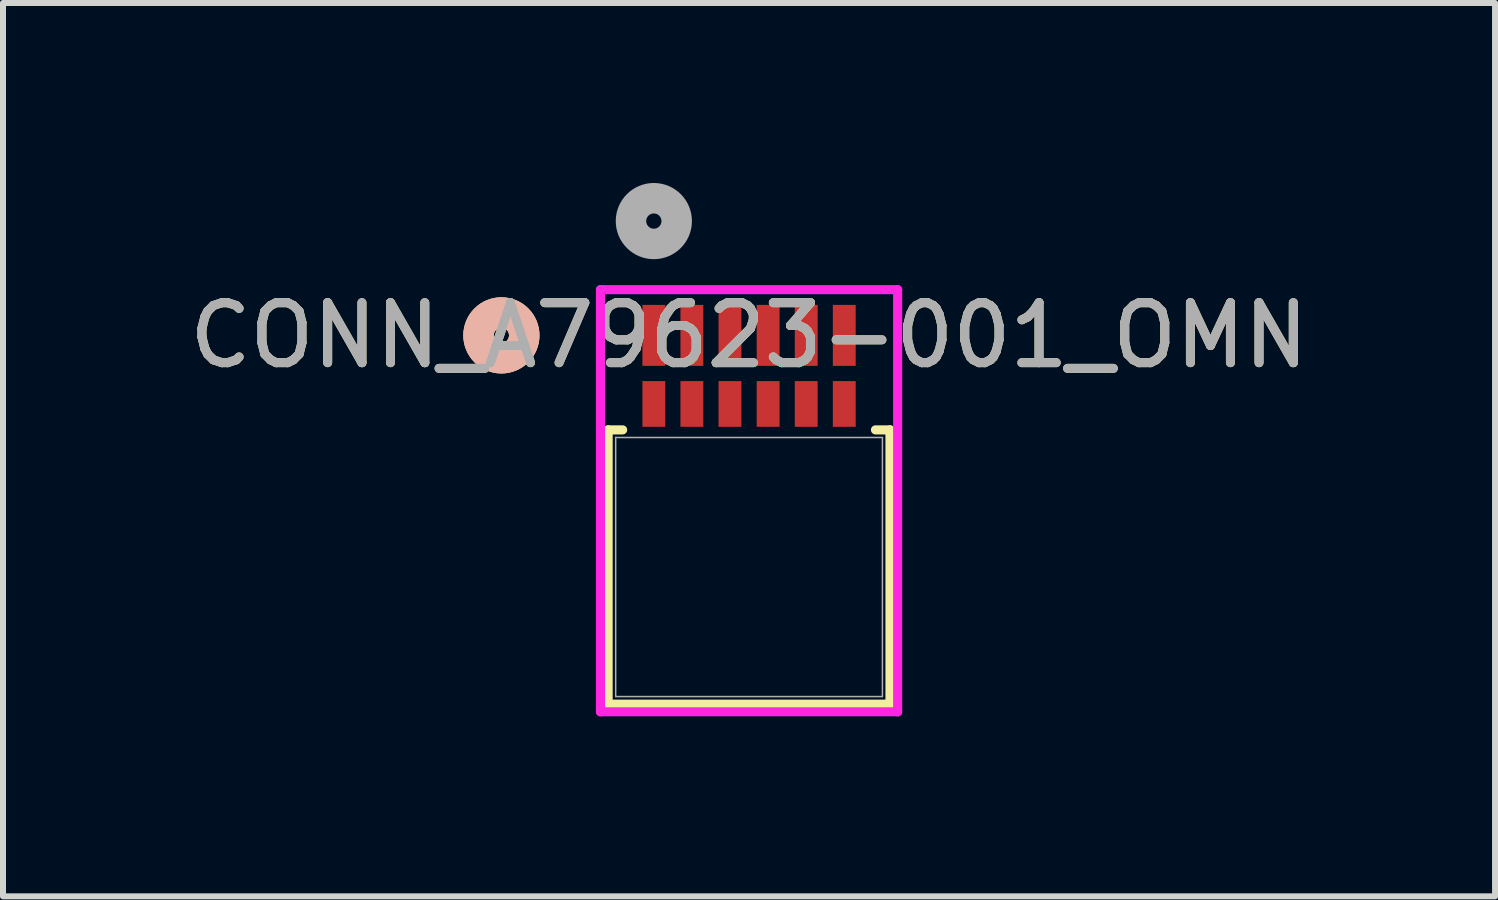
<source format=kicad_pcb>
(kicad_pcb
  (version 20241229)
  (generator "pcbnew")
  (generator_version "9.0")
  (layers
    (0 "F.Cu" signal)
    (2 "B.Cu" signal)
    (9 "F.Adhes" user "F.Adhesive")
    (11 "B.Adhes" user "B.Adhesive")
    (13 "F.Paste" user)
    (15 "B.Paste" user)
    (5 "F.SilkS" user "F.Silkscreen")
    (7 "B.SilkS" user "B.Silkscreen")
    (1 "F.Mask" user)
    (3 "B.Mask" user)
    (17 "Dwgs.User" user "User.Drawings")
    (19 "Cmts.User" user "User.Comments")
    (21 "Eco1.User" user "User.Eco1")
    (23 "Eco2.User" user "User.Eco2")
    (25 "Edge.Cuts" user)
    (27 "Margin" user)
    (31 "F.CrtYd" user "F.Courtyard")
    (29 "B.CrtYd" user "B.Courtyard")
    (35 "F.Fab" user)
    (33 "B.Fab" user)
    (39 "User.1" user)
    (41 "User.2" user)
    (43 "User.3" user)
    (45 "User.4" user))
  (footprint "CONN_A79623-001_OMN"
    (layer "F.Cu")
    (at 9.435 6.401)
    (property "Reference" "CONN_A79623-001_OMN" (at 0 -3.861 0) (unlocked yes) (layer "F.SilkS") (effects (font (size 1 1) (thickness 0.15))))
    (attr smd)
    (fp_line (start -2.349 -2.286) (end -2.349 2.286) (stroke (width 0.152) (type solid)) (layer "F.SilkS"))
    (fp_line (start -2.349 2.286) (end 2.349 2.286) (stroke (width 0.152) (type solid)) (layer "F.SilkS"))
    (fp_line (start -2.107 -2.286) (end -2.349 -2.286) (stroke (width 0.152) (type solid)) (layer "F.SilkS"))
    (fp_line (start 2.349 -2.286) (end 2.107 -2.286) (stroke (width 0.152) (type solid)) (layer "F.SilkS"))
    (fp_line (start 2.349 2.286) (end 2.349 -2.286) (stroke (width 0.152) (type solid)) (layer "F.SilkS"))
    (fp_circle (center -4.128 -3.861) (end -3.747 -3.861) (stroke (width 0.508) (type solid)) (fill no) (layer "F.SilkS"))
    (fp_circle (center -4.128 -3.861) (end -3.747 -3.861) (stroke (width 0.508) (type solid)) (fill no) (layer "B.SilkS"))
    (fp_line (start -2.477 -4.623) (end -2.477 2.413) (stroke (width 0.152) (type solid)) (layer "F.CrtYd"))
    (fp_line (start -2.477 2.413) (end 2.477 2.413) (stroke (width 0.152) (type solid)) (layer "F.CrtYd"))
    (fp_line (start 2.477 -4.623) (end -2.477 -4.623) (stroke (width 0.152) (type solid)) (layer "F.CrtYd"))
    (fp_line (start 2.477 2.413) (end 2.477 -4.623) (stroke (width 0.152) (type solid)) (layer "F.CrtYd"))
    (fp_line (start -2.223 -2.159) (end -2.223 2.159) (stroke (width 0.025) (type solid)) (layer "F.Fab"))
    (fp_line (start -2.223 2.159) (end 2.223 2.159) (stroke (width 0.025) (type solid)) (layer "F.Fab"))
    (fp_line (start 2.223 -2.159) (end -2.223 -2.159) (stroke (width 0.025) (type solid)) (layer "F.Fab"))
    (fp_line (start 2.223 2.159) (end 2.223 -2.159) (stroke (width 0.025) (type solid)) (layer "F.Fab"))
    (fp_circle (center -1.587 -5.766) (end -1.206 -5.766) (stroke (width 0.508) (type solid)) (fill no) (layer "F.Fab"))
    (fp_text user "${REFERENCE}" (at 0 -3.861 0) (unlocked yes) (layer "F.Fab") (effects (font (size 1 1) (thickness 0.15))))
    (pad "1" smd rect (at -1.587 -3.861) (size 0.381 1.016) (layers "F.Cu" "F.Mask" "F.Paste"))
    (pad "2" smd rect (at -1.587 -2.718) (size 0.381 0.762) (layers "F.Cu" "F.Mask" "F.Paste"))
    (pad "3" smd rect (at -0.953 -3.861) (size 0.381 1.016) (layers "F.Cu" "F.Mask" "F.Paste"))
    (pad "4" smd rect (at -0.953 -2.718) (size 0.381 0.762) (layers "F.Cu" "F.Mask" "F.Paste"))
    (pad "5" smd rect (at -0.318 -3.861) (size 0.381 1.016) (layers "F.Cu" "F.Mask" "F.Paste"))
    (pad "6" smd rect (at -0.318 -2.718) (size 0.381 0.762) (layers "F.Cu" "F.Mask" "F.Paste"))
    (pad "7" smd rect (at 0.318 -3.861) (size 0.381 1.016) (layers "F.Cu" "F.Mask" "F.Paste"))
    (pad "8" smd rect (at 0.318 -2.718) (size 0.381 0.762) (layers "F.Cu" "F.Mask" "F.Paste"))
    (pad "9" smd rect (at 0.953 -3.861) (size 0.381 1.016) (layers "F.Cu" "F.Mask" "F.Paste"))
    (pad "10" smd rect (at 0.953 -2.718) (size 0.381 0.762) (layers "F.Cu" "F.Mask" "F.Paste"))
    (pad "11" smd rect (at 1.587 -3.861) (size 0.381 1.016) (layers "F.Cu" "F.Mask" "F.Paste"))
    (pad "12" smd rect (at 1.587 -2.718) (size 0.381 0.762) (layers "F.Cu" "F.Mask" "F.Paste")))
  (gr_rect
    (start -3 -3)
    (end 21.869 11.89)
    (stroke (width 0.1) (type default))
    (fill no)
    (layer "Edge.Cuts")))
</source>
